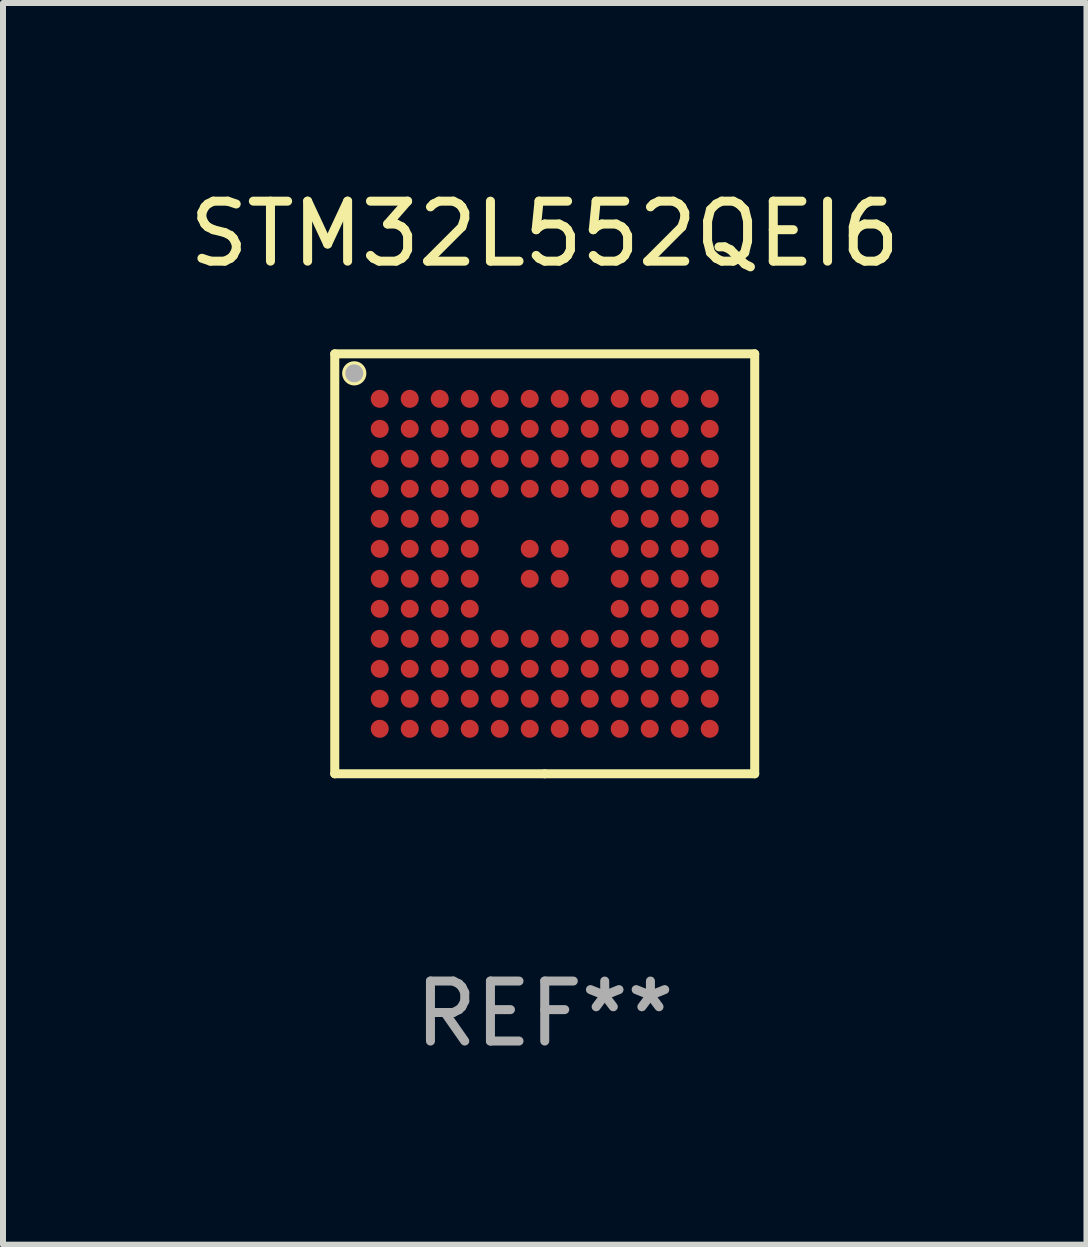
<source format=kicad_pcb>
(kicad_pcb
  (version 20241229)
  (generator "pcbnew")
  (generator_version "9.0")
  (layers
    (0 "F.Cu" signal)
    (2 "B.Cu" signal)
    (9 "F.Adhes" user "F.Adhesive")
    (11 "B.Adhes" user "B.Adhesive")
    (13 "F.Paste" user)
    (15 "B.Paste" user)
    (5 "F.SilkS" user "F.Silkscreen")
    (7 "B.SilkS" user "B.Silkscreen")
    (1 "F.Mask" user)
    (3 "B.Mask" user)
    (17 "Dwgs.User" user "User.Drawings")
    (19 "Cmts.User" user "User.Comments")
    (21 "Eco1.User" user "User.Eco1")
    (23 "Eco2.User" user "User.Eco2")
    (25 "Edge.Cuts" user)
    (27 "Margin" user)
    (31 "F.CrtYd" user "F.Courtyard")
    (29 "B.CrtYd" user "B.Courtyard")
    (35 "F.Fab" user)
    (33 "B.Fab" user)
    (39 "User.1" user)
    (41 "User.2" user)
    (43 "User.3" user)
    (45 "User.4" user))
  (footprint "STM32L552QEI6"
    (layer "F.Cu")
    (at 6.03 6.348)
    (property "Reference" "STM32L552QEI6" (at 0 -5.5 0) (layer "F.SilkS") (effects (font (size 1 1) (thickness 0.15))))
    (attr through_hole)
    (fp_line (start -3.5 -3.5) (end 3.5 -3.5) (stroke (width 0.15) (type solid)) (layer "F.SilkS"))
    (fp_line (start -3.5 3.5) (end -3.5 -3.5) (stroke (width 0.15) (type solid)) (layer "F.SilkS"))
    (fp_line (start 0 3.5) (end -3.5 3.5) (stroke (width 0.15) (type solid)) (layer "F.SilkS"))
    (fp_line (start 3.5 -3.5) (end 3.5 3.5) (stroke (width 0.15) (type solid)) (layer "F.SilkS"))
    (fp_line (start 3.5 3.5) (end 0 3.5) (stroke (width 0.15) (type solid)) (layer "F.SilkS"))
    (fp_circle (center -3.5 -3.5) (end -3.47 -3.5) (stroke (width 0.06) (type solid)) (fill no) (layer "F.SilkS"))
    (fp_circle (center -3.175 -3.175) (end -3.048 -3.175) (stroke (width 0.15) (type solid)) (fill no) (layer "F.SilkS"))
    (fp_circle (center -3.175 -3.175) (end -3.1 -3.175) (stroke (width 0.15) (type solid)) (fill no) (layer "F.Fab"))
    (fp_text user "REF**" (at 0 7.5 0) (layer "F.Fab") (effects (font (size 1 1) (thickness 0.15))))
    (pad "A1" smd circle (at -2.75 -2.75) (size 0.3 0.3) (layers "F.Cu" "F.Mask" "F.Paste"))
    (pad "A2" smd circle (at -2.25 -2.75) (size 0.3 0.3) (layers "F.Cu" "F.Mask" "F.Paste"))
    (pad "A3" smd circle (at -1.75 -2.75) (size 0.3 0.3) (layers "F.Cu" "F.Mask" "F.Paste"))
    (pad "A4" smd circle (at -1.25 -2.75) (size 0.3 0.3) (layers "F.Cu" "F.Mask" "F.Paste"))
    (pad "A5" smd circle (at -0.75 -2.75) (size 0.3 0.3) (layers "F.Cu" "F.Mask" "F.Paste"))
    (pad "A6" smd circle (at -0.25 -2.75) (size 0.3 0.3) (layers "F.Cu" "F.Mask" "F.Paste"))
    (pad "A7" smd circle (at 0.25 -2.75) (size 0.3 0.3) (layers "F.Cu" "F.Mask" "F.Paste"))
    (pad "A8" smd circle (at 0.75 -2.75) (size 0.3 0.3) (layers "F.Cu" "F.Mask" "F.Paste"))
    (pad "A9" smd circle (at 1.25 -2.75) (size 0.3 0.3) (layers "F.Cu" "F.Mask" "F.Paste"))
    (pad "A10" smd circle (at 1.75 -2.75) (size 0.3 0.3) (layers "F.Cu" "F.Mask" "F.Paste"))
    (pad "A11" smd circle (at 2.25 -2.75) (size 0.3 0.3) (layers "F.Cu" "F.Mask" "F.Paste"))
    (pad "A12" smd circle (at 2.75 -2.75) (size 0.3 0.3) (layers "F.Cu" "F.Mask" "F.Paste"))
    (pad "B1" smd circle (at -2.75 -2.25) (size 0.3 0.3) (layers "F.Cu" "F.Mask" "F.Paste"))
    (pad "B2" smd circle (at -2.25 -2.25) (size 0.3 0.3) (layers "F.Cu" "F.Mask" "F.Paste"))
    (pad "B3" smd circle (at -1.75 -2.25) (size 0.3 0.3) (layers "F.Cu" "F.Mask" "F.Paste"))
    (pad "B4" smd circle (at -1.25 -2.25) (size 0.3 0.3) (layers "F.Cu" "F.Mask" "F.Paste"))
    (pad "B5" smd circle (at -0.75 -2.25) (size 0.3 0.3) (layers "F.Cu" "F.Mask" "F.Paste"))
    (pad "B6" smd circle (at -0.25 -2.25) (size 0.3 0.3) (layers "F.Cu" "F.Mask" "F.Paste"))
    (pad "B7" smd circle (at 0.25 -2.25) (size 0.3 0.3) (layers "F.Cu" "F.Mask" "F.Paste"))
    (pad "B8" smd circle (at 0.75 -2.25) (size 0.3 0.3) (layers "F.Cu" "F.Mask" "F.Paste"))
    (pad "B9" smd circle (at 1.25 -2.25) (size 0.3 0.3) (layers "F.Cu" "F.Mask" "F.Paste"))
    (pad "B10" smd circle (at 1.75 -2.25) (size 0.3 0.3) (layers "F.Cu" "F.Mask" "F.Paste"))
    (pad "B11" smd circle (at 2.25 -2.25) (size 0.3 0.3) (layers "F.Cu" "F.Mask" "F.Paste"))
    (pad "B12" smd circle (at 2.75 -2.25) (size 0.3 0.3) (layers "F.Cu" "F.Mask" "F.Paste"))
    (pad "C1" smd circle (at -2.75 -1.75) (size 0.3 0.3) (layers "F.Cu" "F.Mask" "F.Paste"))
    (pad "C2" smd circle (at -2.25 -1.75) (size 0.3 0.3) (layers "F.Cu" "F.Mask" "F.Paste"))
    (pad "C3" smd circle (at -1.75 -1.75) (size 0.3 0.3) (layers "F.Cu" "F.Mask" "F.Paste"))
    (pad "C4" smd circle (at -1.25 -1.75) (size 0.3 0.3) (layers "F.Cu" "F.Mask" "F.Paste"))
    (pad "C5" smd circle (at -0.75 -1.75) (size 0.3 0.3) (layers "F.Cu" "F.Mask" "F.Paste"))
    (pad "C6" smd circle (at -0.25 -1.75) (size 0.3 0.3) (layers "F.Cu" "F.Mask" "F.Paste"))
    (pad "C7" smd circle (at 0.25 -1.75) (size 0.3 0.3) (layers "F.Cu" "F.Mask" "F.Paste"))
    (pad "C8" smd circle (at 0.75 -1.75) (size 0.3 0.3) (layers "F.Cu" "F.Mask" "F.Paste"))
    (pad "C9" smd circle (at 1.25 -1.75) (size 0.3 0.3) (layers "F.Cu" "F.Mask" "F.Paste"))
    (pad "C10" smd circle (at 1.75 -1.75) (size 0.3 0.3) (layers "F.Cu" "F.Mask" "F.Paste"))
    (pad "C11" smd circle (at 2.25 -1.75) (size 0.3 0.3) (layers "F.Cu" "F.Mask" "F.Paste"))
    (pad "C12" smd circle (at 2.75 -1.75) (size 0.3 0.3) (layers "F.Cu" "F.Mask" "F.Paste"))
    (pad "D1" smd circle (at -2.75 -1.25) (size 0.3 0.3) (layers "F.Cu" "F.Mask" "F.Paste"))
    (pad "D2" smd circle (at -2.25 -1.25) (size 0.3 0.3) (layers "F.Cu" "F.Mask" "F.Paste"))
    (pad "D3" smd circle (at -1.75 -1.25) (size 0.3 0.3) (layers "F.Cu" "F.Mask" "F.Paste"))
    (pad "D4" smd circle (at -1.25 -1.25) (size 0.3 0.3) (layers "F.Cu" "F.Mask" "F.Paste"))
    (pad "D5" smd circle (at -0.75 -1.25) (size 0.3 0.3) (layers "F.Cu" "F.Mask" "F.Paste"))
    (pad "D6" smd circle (at -0.25 -1.25) (size 0.3 0.3) (layers "F.Cu" "F.Mask" "F.Paste"))
    (pad "D7" smd circle (at 0.25 -1.25) (size 0.3 0.3) (layers "F.Cu" "F.Mask" "F.Paste"))
    (pad "D8" smd circle (at 0.75 -1.25) (size 0.3 0.3) (layers "F.Cu" "F.Mask" "F.Paste"))
    (pad "D9" smd circle (at 1.25 -1.25) (size 0.3 0.3) (layers "F.Cu" "F.Mask" "F.Paste"))
    (pad "D10" smd circle (at 1.75 -1.25) (size 0.3 0.3) (layers "F.Cu" "F.Mask" "F.Paste"))
    (pad "D11" smd circle (at 2.25 -1.25) (size 0.3 0.3) (layers "F.Cu" "F.Mask" "F.Paste"))
    (pad "D12" smd circle (at 2.75 -1.25) (size 0.3 0.3) (layers "F.Cu" "F.Mask" "F.Paste"))
    (pad "E1" smd circle (at -2.75 -0.75) (size 0.3 0.3) (layers "F.Cu" "F.Mask" "F.Paste"))
    (pad "E2" smd circle (at -2.25 -0.75) (size 0.3 0.3) (layers "F.Cu" "F.Mask" "F.Paste"))
    (pad "E3" smd circle (at -1.75 -0.75) (size 0.3 0.3) (layers "F.Cu" "F.Mask" "F.Paste"))
    (pad "E4" smd circle (at -1.25 -0.75) (size 0.3 0.3) (layers "F.Cu" "F.Mask" "F.Paste"))
    (pad "E9" smd circle (at 1.25 -0.75) (size 0.3 0.3) (layers "F.Cu" "F.Mask" "F.Paste"))
    (pad "E10" smd circle (at 1.75 -0.75) (size 0.3 0.3) (layers "F.Cu" "F.Mask" "F.Paste"))
    (pad "E11" smd circle (at 2.25 -0.75) (size 0.3 0.3) (layers "F.Cu" "F.Mask" "F.Paste"))
    (pad "E12" smd circle (at 2.75 -0.75) (size 0.3 0.3) (layers "F.Cu" "F.Mask" "F.Paste"))
    (pad "F1" smd circle (at -2.75 -0.25) (size 0.3 0.3) (layers "F.Cu" "F.Mask" "F.Paste"))
    (pad "F2" smd circle (at -2.25 -0.25) (size 0.3 0.3) (layers "F.Cu" "F.Mask" "F.Paste"))
    (pad "F3" smd circle (at -1.75 -0.25) (size 0.3 0.3) (layers "F.Cu" "F.Mask" "F.Paste"))
    (pad "F4" smd circle (at -1.25 -0.25) (size 0.3 0.3) (layers "F.Cu" "F.Mask" "F.Paste"))
    (pad "F6" smd circle (at -0.25 -0.25) (size 0.3 0.3) (layers "F.Cu" "F.Mask" "F.Paste"))
    (pad "F7" smd circle (at 0.25 -0.25) (size 0.3 0.3) (layers "F.Cu" "F.Mask" "F.Paste"))
    (pad "F9" smd circle (at 1.25 -0.25) (size 0.3 0.3) (layers "F.Cu" "F.Mask" "F.Paste"))
    (pad "F10" smd circle (at 1.75 -0.25) (size 0.3 0.3) (layers "F.Cu" "F.Mask" "F.Paste"))
    (pad "F11" smd circle (at 2.25 -0.25) (size 0.3 0.3) (layers "F.Cu" "F.Mask" "F.Paste"))
    (pad "F12" smd circle (at 2.75 -0.25) (size 0.3 0.3) (layers "F.Cu" "F.Mask" "F.Paste"))
    (pad "G1" smd circle (at -2.75 0.25) (size 0.3 0.3) (layers "F.Cu" "F.Mask" "F.Paste"))
    (pad "G2" smd circle (at -2.25 0.25) (size 0.3 0.3) (layers "F.Cu" "F.Mask" "F.Paste"))
    (pad "G3" smd circle (at -1.75 0.25) (size 0.3 0.3) (layers "F.Cu" "F.Mask" "F.Paste"))
    (pad "G4" smd circle (at -1.25 0.25) (size 0.3 0.3) (layers "F.Cu" "F.Mask" "F.Paste"))
    (pad "G6" smd circle (at -0.25 0.25) (size 0.3 0.3) (layers "F.Cu" "F.Mask" "F.Paste"))
    (pad "G7" smd circle (at 0.25 0.25) (size 0.3 0.3) (layers "F.Cu" "F.Mask" "F.Paste"))
    (pad "G9" smd circle (at 1.25 0.25) (size 0.3 0.3) (layers "F.Cu" "F.Mask" "F.Paste"))
    (pad "G10" smd circle (at 1.75 0.25) (size 0.3 0.3) (layers "F.Cu" "F.Mask" "F.Paste"))
    (pad "G11" smd circle (at 2.25 0.25) (size 0.3 0.3) (layers "F.Cu" "F.Mask" "F.Paste"))
    (pad "G12" smd circle (at 2.75 0.25) (size 0.3 0.3) (layers "F.Cu" "F.Mask" "F.Paste"))
    (pad "H1" smd circle (at -2.75 0.75) (size 0.3 0.3) (layers "F.Cu" "F.Mask" "F.Paste"))
    (pad "H2" smd circle (at -2.25 0.75) (size 0.3 0.3) (layers "F.Cu" "F.Mask" "F.Paste"))
    (pad "H3" smd circle (at -1.75 0.75) (size 0.3 0.3) (layers "F.Cu" "F.Mask" "F.Paste"))
    (pad "H4" smd circle (at -1.25 0.75) (size 0.3 0.3) (layers "F.Cu" "F.Mask" "F.Paste"))
    (pad "H9" smd circle (at 1.25 0.75) (size 0.3 0.3) (layers "F.Cu" "F.Mask" "F.Paste"))
    (pad "H10" smd circle (at 1.75 0.75) (size 0.3 0.3) (layers "F.Cu" "F.Mask" "F.Paste"))
    (pad "H11" smd circle (at 2.25 0.75) (size 0.3 0.3) (layers "F.Cu" "F.Mask" "F.Paste"))
    (pad "H12" smd circle (at 2.75 0.75) (size 0.3 0.3) (layers "F.Cu" "F.Mask" "F.Paste"))
    (pad "J1" smd circle (at -2.75 1.25) (size 0.3 0.3) (layers "F.Cu" "F.Mask" "F.Paste"))
    (pad "J2" smd circle (at -2.25 1.25) (size 0.3 0.3) (layers "F.Cu" "F.Mask" "F.Paste"))
    (pad "J3" smd circle (at -1.75 1.25) (size 0.3 0.3) (layers "F.Cu" "F.Mask" "F.Paste"))
    (pad "J4" smd circle (at -1.25 1.25) (size 0.3 0.3) (layers "F.Cu" "F.Mask" "F.Paste"))
    (pad "J5" smd circle (at -0.75 1.25) (size 0.3 0.3) (layers "F.Cu" "F.Mask" "F.Paste"))
    (pad "J6" smd circle (at -0.25 1.25) (size 0.3 0.3) (layers "F.Cu" "F.Mask" "F.Paste"))
    (pad "J7" smd circle (at 0.25 1.25) (size 0.3 0.3) (layers "F.Cu" "F.Mask" "F.Paste"))
    (pad "J8" smd circle (at 0.75 1.25) (size 0.3 0.3) (layers "F.Cu" "F.Mask" "F.Paste"))
    (pad "J9" smd circle (at 1.25 1.25) (size 0.3 0.3) (layers "F.Cu" "F.Mask" "F.Paste"))
    (pad "J10" smd circle (at 1.75 1.25) (size 0.3 0.3) (layers "F.Cu" "F.Mask" "F.Paste"))
    (pad "J11" smd circle (at 2.25 1.25) (size 0.3 0.3) (layers "F.Cu" "F.Mask" "F.Paste"))
    (pad "J12" smd circle (at 2.75 1.25) (size 0.3 0.3) (layers "F.Cu" "F.Mask" "F.Paste"))
    (pad "K1" smd circle (at -2.75 1.75) (size 0.3 0.3) (layers "F.Cu" "F.Mask" "F.Paste"))
    (pad "K2" smd circle (at -2.25 1.75) (size 0.3 0.3) (layers "F.Cu" "F.Mask" "F.Paste"))
    (pad "K3" smd circle (at -1.75 1.75) (size 0.3 0.3) (layers "F.Cu" "F.Mask" "F.Paste"))
    (pad "K4" smd circle (at -1.25 1.75) (size 0.3 0.3) (layers "F.Cu" "F.Mask" "F.Paste"))
    (pad "K5" smd circle (at -0.75 1.75) (size 0.3 0.3) (layers "F.Cu" "F.Mask" "F.Paste"))
    (pad "K6" smd circle (at -0.25 1.75) (size 0.3 0.3) (layers "F.Cu" "F.Mask" "F.Paste"))
    (pad "K7" smd circle (at 0.25 1.75) (size 0.3 0.3) (layers "F.Cu" "F.Mask" "F.Paste"))
    (pad "K8" smd circle (at 0.75 1.75) (size 0.3 0.3) (layers "F.Cu" "F.Mask" "F.Paste"))
    (pad "K9" smd circle (at 1.25 1.75) (size 0.3 0.3) (layers "F.Cu" "F.Mask" "F.Paste"))
    (pad "K10" smd circle (at 1.75 1.75) (size 0.3 0.3) (layers "F.Cu" "F.Mask" "F.Paste"))
    (pad "K11" smd circle (at 2.25 1.75) (size 0.3 0.3) (layers "F.Cu" "F.Mask" "F.Paste"))
    (pad "K12" smd circle (at 2.75 1.75) (size 0.3 0.3) (layers "F.Cu" "F.Mask" "F.Paste"))
    (pad "L1" smd circle (at -2.75 2.25) (size 0.3 0.3) (layers "F.Cu" "F.Mask" "F.Paste"))
    (pad "L2" smd circle (at -2.25 2.25) (size 0.3 0.3) (layers "F.Cu" "F.Mask" "F.Paste"))
    (pad "L3" smd circle (at -1.75 2.25) (size 0.3 0.3) (layers "F.Cu" "F.Mask" "F.Paste"))
    (pad "L4" smd circle (at -1.25 2.25) (size 0.3 0.3) (layers "F.Cu" "F.Mask" "F.Paste"))
    (pad "L5" smd circle (at -0.75 2.25) (size 0.3 0.3) (layers "F.Cu" "F.Mask" "F.Paste"))
    (pad "L6" smd circle (at -0.25 2.25) (size 0.3 0.3) (layers "F.Cu" "F.Mask" "F.Paste"))
    (pad "L7" smd circle (at 0.25 2.25) (size 0.3 0.3) (layers "F.Cu" "F.Mask" "F.Paste"))
    (pad "L8" smd circle (at 0.75 2.25) (size 0.3 0.3) (layers "F.Cu" "F.Mask" "F.Paste"))
    (pad "L9" smd circle (at 1.25 2.25) (size 0.3 0.3) (layers "F.Cu" "F.Mask" "F.Paste"))
    (pad "L10" smd circle (at 1.75 2.25) (size 0.3 0.3) (layers "F.Cu" "F.Mask" "F.Paste"))
    (pad "L11" smd circle (at 2.25 2.25) (size 0.3 0.3) (layers "F.Cu" "F.Mask" "F.Paste"))
    (pad "L12" smd circle (at 2.75 2.25) (size 0.3 0.3) (layers "F.Cu" "F.Mask" "F.Paste"))
    (pad "M1" smd circle (at -2.75 2.75) (size 0.3 0.3) (layers "F.Cu" "F.Mask" "F.Paste"))
    (pad "M2" smd circle (at -2.25 2.75) (size 0.3 0.3) (layers "F.Cu" "F.Mask" "F.Paste"))
    (pad "M3" smd circle (at -1.75 2.75) (size 0.3 0.3) (layers "F.Cu" "F.Mask" "F.Paste"))
    (pad "M4" smd circle (at -1.25 2.75) (size 0.3 0.3) (layers "F.Cu" "F.Mask" "F.Paste"))
    (pad "M5" smd circle (at -0.75 2.75) (size 0.3 0.3) (layers "F.Cu" "F.Mask" "F.Paste"))
    (pad "M6" smd circle (at -0.25 2.75) (size 0.3 0.3) (layers "F.Cu" "F.Mask" "F.Paste"))
    (pad "M7" smd circle (at 0.25 2.75) (size 0.3 0.3) (layers "F.Cu" "F.Mask" "F.Paste"))
    (pad "M8" smd circle (at 0.75 2.75) (size 0.3 0.3) (layers "F.Cu" "F.Mask" "F.Paste"))
    (pad "M9" smd circle (at 1.25 2.75) (size 0.3 0.3) (layers "F.Cu" "F.Mask" "F.Paste"))
    (pad "M10" smd circle (at 1.75 2.75) (size 0.3 0.3) (layers "F.Cu" "F.Mask" "F.Paste"))
    (pad "M11" smd circle (at 2.25 2.75) (size 0.3 0.3) (layers "F.Cu" "F.Mask" "F.Paste"))
    (pad "M12" smd circle (at 2.75 2.75) (size 0.3 0.3) (layers "F.Cu" "F.Mask" "F.Paste")))
  (gr_rect
    (start -3 -3)
    (end 15.06 17.697)
    (stroke (width 0.1) (type default))
    (fill no)
    (layer "Edge.Cuts")))
</source>
